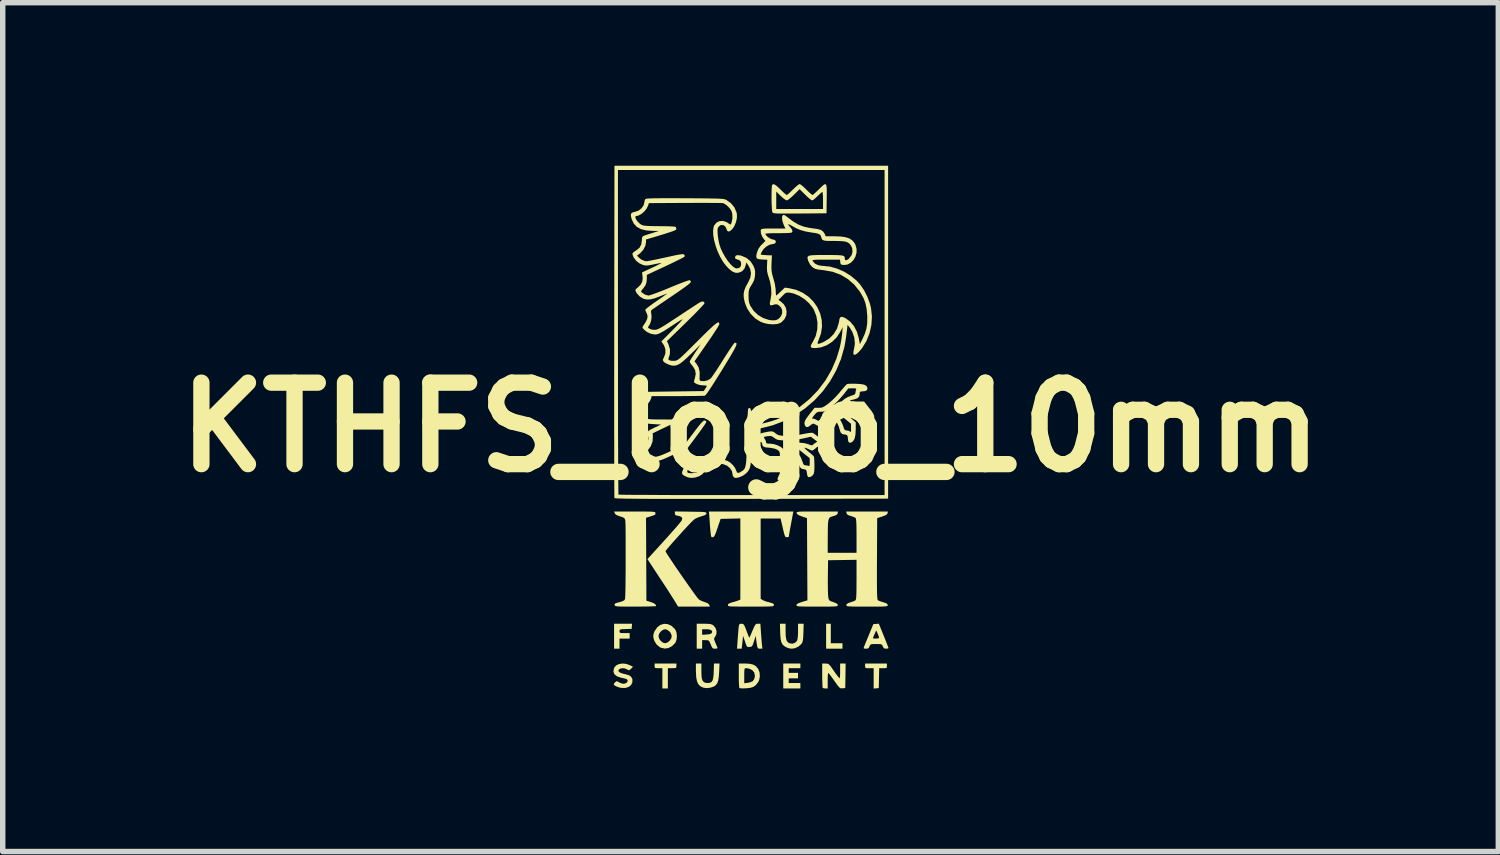
<source format=kicad_pcb>
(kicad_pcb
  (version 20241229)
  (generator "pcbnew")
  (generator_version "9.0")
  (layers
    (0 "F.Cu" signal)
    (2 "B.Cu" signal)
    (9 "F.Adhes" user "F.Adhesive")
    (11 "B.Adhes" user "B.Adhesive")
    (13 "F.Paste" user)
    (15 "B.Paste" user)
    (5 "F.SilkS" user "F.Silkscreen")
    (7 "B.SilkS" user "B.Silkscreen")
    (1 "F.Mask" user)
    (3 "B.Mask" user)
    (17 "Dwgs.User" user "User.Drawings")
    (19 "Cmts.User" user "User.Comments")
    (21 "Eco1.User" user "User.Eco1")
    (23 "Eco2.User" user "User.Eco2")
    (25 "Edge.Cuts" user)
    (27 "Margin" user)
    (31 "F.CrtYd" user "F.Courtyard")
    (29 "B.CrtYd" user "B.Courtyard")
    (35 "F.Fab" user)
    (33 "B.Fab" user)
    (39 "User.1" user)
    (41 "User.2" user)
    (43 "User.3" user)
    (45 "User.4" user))
  (footprint "KTHFS_logo_10mm"
    (layer "F.Cu")
    (at 10.764 4.815)
    (property "Reference" "KTHFS_logo_10mm" (at 0 0 0) (layer "F.SilkS") (effects (font (size 1.5 1.5) (thickness 0.3))))
    (attr board_only exclude_from_pos_files exclude_from_bom)
    (fp_poly (pts (xy 1.478 3.796) (xy 1.478 3.975) (xy 1.586 3.975) (xy 1.693 3.975) (xy 1.693 4.025) (xy 1.693 4.075) (xy 1.543 4.075) (xy 1.392 4.075) (xy 1.392 3.846) (xy 1.392 3.616) (xy 1.435 3.616) (xy 1.478 3.616)) (stroke (width 0) (type solid)) (fill yes) (layer "F.SilkS"))
    (fp_poly (pts (xy -1.363 4.391) (xy -1.365 4.416) (xy -1.373 4.429) (xy -1.396 4.433) (xy -1.441 4.434) (xy -1.442 4.434) (xy -1.521 4.434) (xy -1.521 4.621) (xy -1.521 4.807) (xy -1.571 4.807) (xy -1.622 4.807) (xy -1.622 4.621) (xy -1.622 4.434) (xy -1.693 4.434) (xy -1.736 4.433) (xy -1.757 4.428) (xy -1.764 4.412) (xy -1.765 4.391) (xy -1.765 4.348) (xy -1.564 4.348) (xy -1.363 4.348)) (stroke (width 0) (type solid)) (fill yes) (layer "F.SilkS"))
    (fp_poly (pts (xy 2.511 4.391) (xy 2.51 4.417) (xy 2.5 4.429) (xy 2.475 4.434) (xy 2.44 4.434) (xy 2.369 4.434) (xy 2.365 4.617) (xy 2.361 4.8) (xy 2.314 4.805) (xy 2.267 4.809) (xy 2.267 4.622) (xy 2.267 4.434) (xy 2.188 4.434) (xy 2.143 4.434) (xy 2.12 4.429) (xy 2.111 4.416) (xy 2.109 4.392) (xy 2.109 4.391) (xy 2.109 4.348) (xy 2.31 4.348) (xy 2.511 4.348)) (stroke (width 0) (type solid)) (fill yes) (layer "F.SilkS"))
    (fp_poly (pts (xy 0.918 4.391) (xy 0.918 4.434) (xy 0.811 4.434) (xy 0.703 4.434) (xy 0.703 4.477) (xy 0.703 4.52) (xy 0.789 4.52) (xy 0.875 4.52) (xy 0.875 4.571) (xy 0.875 4.621) (xy 0.789 4.621) (xy 0.703 4.621) (xy 0.703 4.664) (xy 0.703 4.707) (xy 0.811 4.707) (xy 0.918 4.707) (xy 0.918 4.757) (xy 0.918 4.807) (xy 0.761 4.807) (xy 0.603 4.807) (xy 0.603 4.578) (xy 0.603 4.348) (xy 0.761 4.348) (xy 0.918 4.348)) (stroke (width 0) (type solid)) (fill yes) (layer "F.SilkS"))
    (fp_poly (pts (xy -2.184 3.663) (xy -2.188 3.71) (xy -2.3 3.714) (xy -2.356 3.716) (xy -2.389 3.72) (xy -2.405 3.728) (xy -2.41 3.741) (xy -2.411 3.753) (xy -2.409 3.772) (xy -2.4 3.783) (xy -2.376 3.787) (xy -2.332 3.788) (xy -2.318 3.788) (xy -2.224 3.788) (xy -2.224 3.839) (xy -2.224 3.889) (xy -2.318 3.889) (xy -2.411 3.889) (xy -2.411 3.982) (xy -2.411 4.075) (xy -2.461 4.075) (xy -2.511 4.075) (xy -2.511 3.846) (xy -2.511 3.616) (xy -2.345 3.616) (xy -2.179 3.616)) (stroke (width 0) (type solid)) (fill yes) (layer "F.SilkS"))
    (fp_poly (pts (xy -0.904 4.485) (xy -0.902 4.571) (xy -0.894 4.632) (xy -0.877 4.672) (xy -0.851 4.695) (xy -0.813 4.705) (xy -0.788 4.707) (xy -0.746 4.703) (xy -0.717 4.687) (xy -0.697 4.657) (xy -0.685 4.607) (xy -0.678 4.535) (xy -0.677 4.497) (xy -0.672 4.348) (xy -0.621 4.348) (xy -0.57 4.348) (xy -0.577 4.502) (xy -0.584 4.596) (xy -0.595 4.665) (xy -0.614 4.715) (xy -0.642 4.749) (xy -0.673 4.771) (xy -0.735 4.792) (xy -0.803 4.801) (xy -0.863 4.794) (xy -0.866 4.793) (xy -0.92 4.769) (xy -0.958 4.732) (xy -0.984 4.678) (xy -0.999 4.604) (xy -1.004 4.507) (xy -1.005 4.492) (xy -1.005 4.348) (xy -0.954 4.348) (xy -0.904 4.348)) (stroke (width 0) (type solid)) (fill yes) (layer "F.SilkS"))
    (fp_poly (pts (xy 0.646 3.752) (xy 0.648 3.835) (xy 0.656 3.895) (xy 0.67 3.935) (xy 0.694 3.962) (xy 0.719 3.976) (xy 0.771 3.983) (xy 0.819 3.968) (xy 0.855 3.932) (xy 0.859 3.923) (xy 0.866 3.893) (xy 0.872 3.843) (xy 0.875 3.782) (xy 0.875 3.752) (xy 0.875 3.616) (xy 0.927 3.616) (xy 0.979 3.616) (xy 0.974 3.78) (xy 0.971 3.855) (xy 0.966 3.907) (xy 0.959 3.944) (xy 0.949 3.969) (xy 0.939 3.985) (xy 0.888 4.033) (xy 0.823 4.065) (xy 0.761 4.075) (xy 0.712 4.069) (xy 0.664 4.052) (xy 0.661 4.05) (xy 0.618 4.025) (xy 0.588 3.995) (xy 0.568 3.956) (xy 0.556 3.902) (xy 0.549 3.827) (xy 0.547 3.78) (xy 0.542 3.616) (xy 0.594 3.616) (xy 0.646 3.616)) (stroke (width 0) (type solid)) (fill yes) (layer "F.SilkS"))
    (fp_poly (pts (xy -1.523 3.623) (xy -1.456 3.653) (xy -1.396 3.709) (xy -1.386 3.721) (xy -1.364 3.771) (xy -1.355 3.834) (xy -1.359 3.899) (xy -1.377 3.955) (xy -1.386 3.97) (xy -1.444 4.028) (xy -1.51 4.063) (xy -1.58 4.073) (xy -1.649 4.057) (xy -1.665 4.05) (xy -1.726 4.001) (xy -1.769 3.933) (xy -1.787 3.874) (xy -1.788 3.846) (xy -1.693 3.846) (xy -1.681 3.891) (xy -1.651 3.934) (xy -1.61 3.965) (xy -1.571 3.975) (xy -1.532 3.963) (xy -1.491 3.933) (xy -1.456 3.883) (xy -1.45 3.832) (xy -1.472 3.781) (xy -1.491 3.759) (xy -1.533 3.728) (xy -1.571 3.717) (xy -1.614 3.729) (xy -1.655 3.762) (xy -1.684 3.805) (xy -1.693 3.846) (xy -1.788 3.846) (xy -1.789 3.828) (xy -1.778 3.783) (xy -1.763 3.749) (xy -1.716 3.681) (xy -1.657 3.637) (xy -1.592 3.617)) (stroke (width 0) (type solid)) (fill yes) (layer "F.SilkS"))
    (fp_poly (pts (xy -0.097 4.348) (xy -0.012 4.353) (xy 0.052 4.369) (xy 0.1 4.398) (xy 0.139 4.444) (xy 0.144 4.452) (xy 0.167 4.514) (xy 0.172 4.586) (xy 0.159 4.654) (xy 0.14 4.693) (xy 0.1 4.743) (xy 0.058 4.775) (xy 0.004 4.794) (xy -0.068 4.803) (xy -0.082 4.804) (xy -0.136 4.806) (xy -0.179 4.804) (xy -0.203 4.8) (xy -0.204 4.799) (xy -0.208 4.782) (xy -0.211 4.741) (xy -0.213 4.711) (xy -0.115 4.711) (xy -0.05 4.703) (xy -0.003 4.693) (xy 0.035 4.677) (xy 0.043 4.671) (xy 0.072 4.627) (xy 0.081 4.572) (xy 0.07 4.517) (xy 0.066 4.509) (xy 0.031 4.469) (xy -0.023 4.443) (xy -0.081 4.434) (xy -0.097 4.435) (xy -0.106 4.443) (xy -0.112 4.461) (xy -0.114 4.496) (xy -0.115 4.553) (xy -0.115 4.572) (xy -0.115 4.711) (xy -0.213 4.711) (xy -0.214 4.682) (xy -0.215 4.609) (xy -0.215 4.568) (xy -0.215 4.348)) (stroke (width 0) (type solid)) (fill yes) (layer "F.SilkS"))
    (fp_poly (pts (xy 1.748 4.574) (xy 1.744 4.8) (xy 1.693 4.804) (xy 1.671 4.805) (xy 1.653 4.801) (xy 1.634 4.787) (xy 1.611 4.761) (xy 1.58 4.719) (xy 1.542 4.665) (xy 1.503 4.61) (xy 1.469 4.564) (xy 1.444 4.533) (xy 1.432 4.521) (xy 1.431 4.521) (xy 1.427 4.534) (xy 1.423 4.57) (xy 1.421 4.622) (xy 1.421 4.664) (xy 1.421 4.807) (xy 1.38 4.807) (xy 1.347 4.804) (xy 1.33 4.798) (xy 1.326 4.781) (xy 1.324 4.74) (xy 1.322 4.682) (xy 1.32 4.61) (xy 1.32 4.568) (xy 1.32 4.348) (xy 1.381 4.349) (xy 1.408 4.35) (xy 1.429 4.355) (xy 1.448 4.368) (xy 1.471 4.393) (xy 1.501 4.435) (xy 1.535 4.485) (xy 1.573 4.539) (xy 1.606 4.582) (xy 1.629 4.611) (xy 1.64 4.621) (xy 1.644 4.607) (xy 1.648 4.572) (xy 1.65 4.52) (xy 1.65 4.484) (xy 1.65 4.348) (xy 1.701 4.348) (xy 1.751 4.348)) (stroke (width 0) (type solid)) (fill yes) (layer "F.SilkS"))
    (fp_poly (pts (xy -0.789 3.617) (xy -0.744 3.621) (xy -0.713 3.629) (xy -0.69 3.641) (xy -0.685 3.645) (xy -0.644 3.693) (xy -0.625 3.75) (xy -0.628 3.808) (xy -0.654 3.861) (xy -0.657 3.864) (xy -0.668 3.881) (xy -0.669 3.901) (xy -0.66 3.932) (xy -0.647 3.964) (xy -0.628 4.009) (xy -0.613 4.044) (xy -0.607 4.058) (xy -0.612 4.071) (xy -0.643 4.075) (xy -0.65 4.075) (xy -0.679 4.074) (xy -0.698 4.064) (xy -0.714 4.039) (xy -0.732 3.997) (xy -0.751 3.953) (xy -0.766 3.929) (xy -0.786 3.92) (xy -0.818 3.918) (xy -0.827 3.918) (xy -0.89 3.918) (xy -0.89 3.997) (xy -0.89 4.075) (xy -0.94 4.075) (xy -0.99 4.075) (xy -0.99 3.846) (xy -0.99 3.717) (xy -0.89 3.717) (xy -0.89 3.768) (xy -0.89 3.819) (xy -0.809 3.814) (xy -0.752 3.808) (xy -0.72 3.794) (xy -0.713 3.786) (xy -0.705 3.756) (xy -0.724 3.733) (xy -0.766 3.72) (xy -0.813 3.717) (xy -0.89 3.717) (xy -0.99 3.717) (xy -0.99 3.616) (xy -0.856 3.616)) (stroke (width 0) (type solid)) (fill yes) (layer "F.SilkS"))
    (fp_poly (pts (xy 2.451 3.834) (xy 2.481 3.908) (xy 2.506 3.973) (xy 2.526 4.024) (xy 2.538 4.056) (xy 2.54 4.065) (xy 2.528 4.072) (xy 2.497 4.075) (xy 2.496 4.075) (xy 2.461 4.07) (xy 2.441 4.047) (xy 2.435 4.032) (xy 2.426 4.01) (xy 2.413 3.998) (xy 2.39 3.991) (xy 2.35 3.99) (xy 2.313 3.989) (xy 2.259 3.99) (xy 2.226 3.993) (xy 2.208 4.001) (xy 2.197 4.017) (xy 2.191 4.032) (xy 2.174 4.063) (xy 2.148 4.075) (xy 2.128 4.075) (xy 2.096 4.073) (xy 2.082 4.066) (xy 2.082 4.065) (xy 2.087 4.048) (xy 2.102 4.01) (xy 2.124 3.955) (xy 2.152 3.888) (xy 2.154 3.883) (xy 2.253 3.883) (xy 2.266 3.887) (xy 2.298 3.889) (xy 2.31 3.889) (xy 2.351 3.885) (xy 2.367 3.873) (xy 2.367 3.871) (xy 2.36 3.848) (xy 2.346 3.81) (xy 2.34 3.796) (xy 2.314 3.738) (xy 2.283 3.808) (xy 2.266 3.848) (xy 2.255 3.875) (xy 2.253 3.883) (xy 2.154 3.883) (xy 2.172 3.839) (xy 2.261 3.623) (xy 2.311 3.619) (xy 2.362 3.615)) (stroke (width 0) (type solid)) (fill yes) (layer "F.SilkS"))
    (fp_poly (pts (xy -2.289 4.354) (xy -2.222 4.378) (xy -2.163 4.408) (xy -2.199 4.445) (xy -2.225 4.468) (xy -2.243 4.472) (xy -2.266 4.46) (xy -2.269 4.458) (xy -2.311 4.439) (xy -2.357 4.434) (xy -2.399 4.442) (xy -2.425 4.462) (xy -2.425 4.462) (xy -2.432 4.487) (xy -2.416 4.505) (xy -2.408 4.511) (xy -2.372 4.527) (xy -2.326 4.54) (xy -2.318 4.541) (xy -2.248 4.56) (xy -2.203 4.586) (xy -2.178 4.624) (xy -2.173 4.642) (xy -2.175 4.699) (xy -2.2 4.746) (xy -2.243 4.779) (xy -2.302 4.798) (xy -2.371 4.798) (xy -2.422 4.787) (xy -2.465 4.771) (xy -2.498 4.754) (xy -2.505 4.749) (xy -2.518 4.734) (xy -2.511 4.717) (xy -2.496 4.699) (xy -2.475 4.678) (xy -2.457 4.674) (xy -2.432 4.686) (xy -2.42 4.694) (xy -2.379 4.713) (xy -2.339 4.721) (xy -2.337 4.721) (xy -2.298 4.713) (xy -2.27 4.692) (xy -2.26 4.665) (xy -2.262 4.657) (xy -2.268 4.645) (xy -2.279 4.637) (xy -2.301 4.628) (xy -2.34 4.618) (xy -2.393 4.606) (xy -2.461 4.582) (xy -2.505 4.545) (xy -2.523 4.497) (xy -2.514 4.441) (xy -2.509 4.427) (xy -2.475 4.385) (xy -2.423 4.359) (xy -2.359 4.348)) (stroke (width 0) (type solid)) (fill yes) (layer "F.SilkS"))
    (fp_poly (pts (xy 0.192 3.763) (xy 0.197 3.837) (xy 0.203 3.91) (xy 0.208 3.971) (xy 0.21 3.993) (xy 0.219 4.075) (xy 0.175 4.075) (xy 0.154 4.074) (xy 0.139 4.068) (xy 0.129 4.052) (xy 0.121 4.02) (xy 0.113 3.968) (xy 0.106 3.918) (xy 0.096 3.839) (xy 0.064 3.939) (xy 0.047 3.991) (xy 0.033 4.021) (xy 0.018 4.036) (xy -0.003 4.042) (xy -0.017 4.044) (xy -0.042 4.045) (xy -0.059 4.04) (xy -0.072 4.022) (xy -0.086 3.987) (xy -0.101 3.943) (xy -0.136 3.839) (xy -0.149 3.957) (xy -0.162 4.075) (xy -0.205 4.075) (xy -0.248 4.075) (xy -0.238 3.936) (xy -0.233 3.862) (xy -0.227 3.787) (xy -0.222 3.724) (xy -0.22 3.706) (xy -0.215 3.657) (xy -0.208 3.63) (xy -0.196 3.619) (xy -0.175 3.616) (xy -0.167 3.616) (xy -0.145 3.618) (xy -0.13 3.625) (xy -0.116 3.644) (xy -0.099 3.679) (xy -0.078 3.734) (xy -0.074 3.746) (xy -0.053 3.801) (xy -0.035 3.844) (xy -0.024 3.87) (xy -0.022 3.875) (xy -0.015 3.862) (xy -0.000065 3.829) (xy 0.021 3.781) (xy 0.036 3.745) (xy 0.061 3.686) (xy 0.08 3.648) (xy 0.095 3.628) (xy 0.111 3.618) (xy 0.131 3.616) (xy 0.136 3.616) (xy 0.182 3.616)) (stroke (width 0) (type solid)) (fill yes) (layer "F.SilkS"))
    (fp_poly (pts (xy -2.015 1.55) (xy -1.925 1.551) (xy -1.857 1.552) (xy -1.809 1.554) (xy -1.778 1.557) (xy -1.76 1.562) (xy -1.752 1.567) (xy -1.751 1.571) (xy -1.75 1.597) (xy -1.75 1.603) (xy -1.762 1.611) (xy -1.795 1.625) (xy -1.836 1.639) (xy -1.923 1.666) (xy -1.919 2.429) (xy -1.916 3.192) (xy -1.839 3.215) (xy -1.778 3.239) (xy -1.744 3.266) (xy -1.737 3.29) (xy -1.75 3.293) (xy -1.789 3.295) (xy -1.849 3.297) (xy -1.926 3.299) (xy -2.017 3.3) (xy -2.115 3.301) (xy -2.229 3.3) (xy -2.318 3.3) (xy -2.384 3.299) (xy -2.432 3.297) (xy -2.464 3.295) (xy -2.483 3.29) (xy -2.494 3.285) (xy -2.499 3.277) (xy -2.501 3.272) (xy -2.501 3.253) (xy -2.484 3.239) (xy -2.449 3.228) (xy -2.387 3.212) (xy -2.348 3.198) (xy -2.325 3.185) (xy -2.313 3.169) (xy -2.309 3.156) (xy -2.307 3.134) (xy -2.305 3.087) (xy -2.303 3.019) (xy -2.301 2.931) (xy -2.3 2.83) (xy -2.299 2.716) (xy -2.298 2.595) (xy -2.298 2.469) (xy -2.298 2.343) (xy -2.298 2.218) (xy -2.298 2.1) (xy -2.298 1.991) (xy -2.299 1.895) (xy -2.3 1.815) (xy -2.302 1.755) (xy -2.304 1.719) (xy -2.305 1.71) (xy -2.313 1.685) (xy -2.329 1.668) (xy -2.36 1.653) (xy -2.4 1.64) (xy -2.455 1.621) (xy -2.487 1.6) (xy -2.498 1.582) (xy -2.51 1.55) (xy -2.131 1.55)) (stroke (width 0) (type solid)) (fill yes) (layer "F.SilkS"))
    (fp_poly (pts (xy -1.101 1.553) (xy -1.003 1.555) (xy -0.93 1.556) (xy -0.878 1.558) (xy -0.844 1.562) (xy -0.824 1.566) (xy -0.814 1.572) (xy -0.811 1.581) (xy -0.811 1.584) (xy -0.817 1.602) (xy -0.84 1.617) (xy -0.885 1.633) (xy -0.9 1.637) (xy -0.955 1.655) (xy -1.005 1.677) (xy -1.033 1.693) (xy -1.054 1.712) (xy -1.09 1.747) (xy -1.137 1.796) (xy -1.192 1.855) (xy -1.253 1.921) (xy -1.315 1.99) (xy -1.377 2.059) (xy -1.435 2.124) (xy -1.485 2.182) (xy -1.526 2.23) (xy -1.553 2.263) (xy -1.564 2.28) (xy -1.564 2.281) (xy -1.556 2.298) (xy -1.534 2.335) (xy -1.499 2.389) (xy -1.454 2.456) (xy -1.402 2.534) (xy -1.344 2.619) (xy -1.283 2.708) (xy -1.221 2.797) (xy -1.16 2.884) (xy -1.103 2.965) (xy -1.051 3.037) (xy -1.008 3.097) (xy -0.974 3.141) (xy -0.953 3.166) (xy -0.949 3.17) (xy -0.912 3.191) (xy -0.862 3.211) (xy -0.84 3.218) (xy -0.787 3.239) (xy -0.76 3.266) (xy -0.759 3.269) (xy -0.747 3.301) (xy -1.04 3.301) (xy -1.332 3.301) (xy -1.387 3.211) (xy -1.409 3.175) (xy -1.444 3.12) (xy -1.49 3.048) (xy -1.543 2.965) (xy -1.602 2.875) (xy -1.664 2.781) (xy -1.669 2.774) (xy -1.897 2.426) (xy -1.593 2.092) (xy -1.517 2.008) (xy -1.447 1.929) (xy -1.385 1.859) (xy -1.333 1.799) (xy -1.295 1.753) (xy -1.272 1.724) (xy -1.268 1.717) (xy -1.256 1.68) (xy -1.268 1.653) (xy -1.305 1.635) (xy -1.335 1.629) (xy -1.373 1.62) (xy -1.389 1.605) (xy -1.392 1.584) (xy -1.392 1.549)) (stroke (width 0) (type solid)) (fill yes) (layer "F.SilkS"))
    (fp_poly (pts (xy 2.533 -1.751) (xy 2.533 1.313) (xy 0.018 1.317) (xy -0.309 1.317) (xy -0.607 1.317) (xy -0.88 1.318) (xy -1.126 1.318) (xy -1.348 1.318) (xy -1.547 1.317) (xy -1.724 1.317) (xy -1.879 1.317) (xy -2.015 1.316) (xy -2.131 1.315) (xy -2.229 1.314) (xy -2.311 1.313) (xy -2.376 1.311) (xy -2.427 1.31) (xy -2.464 1.308) (xy -2.489 1.306) (xy -2.502 1.304) (xy -2.505 1.302) (xy -2.505 1.286) (xy -2.506 1.243) (xy -2.506 1.174) (xy -2.507 1.08) (xy -2.507 0.962) (xy -2.508 0.823) (xy -2.508 0.663) (xy -2.508 0.483) (xy -2.508 0.286) (xy -2.509 0.071) (xy -2.509 -0.159) (xy -2.509 -0.403) (xy -2.509 -0.659) (xy -2.509 -0.927) (xy -2.508 -1.206) (xy -2.508 -1.493) (xy -2.508 -1.765) (xy -2.504 -4.736) (xy -2.44 -4.736) (xy -2.44 -1.753) (xy -2.44 -1.463) (xy -2.439 -1.18) (xy -2.439 -0.906) (xy -2.439 -0.642) (xy -2.438 -0.39) (xy -2.438 -0.151) (xy -2.438 0.074) (xy -2.437 0.283) (xy -2.436 0.475) (xy -2.436 0.648) (xy -2.435 0.802) (xy -2.434 0.935) (xy -2.433 1.046) (xy -2.432 1.133) (xy -2.432 1.195) (xy -2.431 1.23) (xy -2.43 1.239) (xy -2.415 1.24) (xy -2.372 1.241) (xy -2.304 1.242) (xy -2.212 1.243) (xy -2.097 1.244) (xy -1.96 1.244) (xy -1.804 1.245) (xy -1.63 1.246) (xy -1.438 1.247) (xy -1.231 1.247) (xy -1.01 1.248) (xy -0.777 1.248) (xy -0.533 1.248) (xy -0.279 1.248) (xy -0.018 1.248) (xy 0.024 1.248) (xy 2.468 1.248) (xy 2.468 -1.744) (xy 2.468 -4.736) (xy 0.014 -4.736) (xy -2.44 -4.736) (xy -2.504 -4.736) (xy -2.504 -4.815) (xy 0.014 -4.815) (xy 2.533 -4.815)) (stroke (width 0) (type solid)) (fill yes) (layer "F.SilkS"))
    (fp_poly (pts (xy 0.783 1.582) (xy 0.778 1.606) (xy 0.77 1.649) (xy 0.759 1.708) (xy 0.747 1.774) (xy 0.734 1.842) (xy 0.722 1.907) (xy 0.713 1.962) (xy 0.706 2.001) (xy 0.703 2.018) (xy 0.703 2.019) (xy 0.691 2.022) (xy 0.668 2.023) (xy 0.653 2.022) (xy 0.641 2.014) (xy 0.631 1.994) (xy 0.62 1.96) (xy 0.606 1.904) (xy 0.594 1.851) (xy 0.554 1.679) (xy 0.37 1.679) (xy 0.187 1.679) (xy 0.187 2.418) (xy 0.187 3.156) (xy 0.219 3.177) (xy 0.253 3.194) (xy 0.299 3.21) (xy 0.316 3.214) (xy 0.372 3.229) (xy 0.406 3.24) (xy 0.423 3.249) (xy 0.43 3.261) (xy 0.431 3.273) (xy 0.429 3.281) (xy 0.424 3.287) (xy 0.412 3.292) (xy 0.39 3.295) (xy 0.354 3.298) (xy 0.302 3.299) (xy 0.231 3.3) (xy 0.137 3.3) (xy 0.018 3.301) (xy 0.007 3.301) (xy -0.114 3.301) (xy -0.21 3.3) (xy -0.283 3.299) (xy -0.336 3.298) (xy -0.373 3.296) (xy -0.396 3.292) (xy -0.409 3.288) (xy -0.415 3.281) (xy -0.416 3.274) (xy -0.416 3.272) (xy -0.41 3.254) (xy -0.387 3.239) (xy -0.343 3.224) (xy -0.334 3.221) (xy -0.283 3.207) (xy -0.239 3.193) (xy -0.219 3.185) (xy -0.187 3.172) (xy -0.187 2.425) (xy -0.187 1.678) (xy -0.368 1.682) (xy -0.55 1.686) (xy -0.602 1.837) (xy -0.627 1.912) (xy -0.646 1.963) (xy -0.661 1.996) (xy -0.674 2.014) (xy -0.687 2.022) (xy -0.702 2.023) (xy -0.711 2.023) (xy -0.717 2.02) (xy -0.723 2.01) (xy -0.728 1.991) (xy -0.732 1.959) (xy -0.737 1.911) (xy -0.743 1.842) (xy -0.75 1.751) (xy -0.755 1.675) (xy -0.765 1.55) (xy 0.013 1.55) (xy 0.79 1.55)) (stroke (width 0) (type solid)) (fill yes) (layer "F.SilkS"))
    (fp_poly (pts (xy 0.923 -4.468) (xy 0.957 -4.442) (xy 0.999 -4.404) (xy 1.026 -4.377) (xy 1.07 -4.334) (xy 1.107 -4.3) (xy 1.133 -4.28) (xy 1.141 -4.276) (xy 1.157 -4.286) (xy 1.188 -4.312) (xy 1.228 -4.35) (xy 1.256 -4.377) (xy 1.305 -4.426) (xy 1.342 -4.459) (xy 1.369 -4.475) (xy 1.387 -4.472) (xy 1.398 -4.448) (xy 1.403 -4.401) (xy 1.404 -4.33) (xy 1.403 -4.231) (xy 1.403 -4.208) (xy 1.399 -3.939) (xy 0.908 -3.935) (xy 0.777 -3.934) (xy 0.671 -3.934) (xy 0.588 -3.934) (xy 0.525 -3.935) (xy 0.478 -3.936) (xy 0.447 -3.939) (xy 0.426 -3.942) (xy 0.413 -3.947) (xy 0.406 -3.954) (xy 0.402 -3.96) (xy 0.398 -3.983) (xy 0.394 -4.018) (xy 0.474 -4.018) (xy 0.904 -4.018) (xy 1.335 -4.018) (xy 1.335 -4.176) (xy 1.334 -4.239) (xy 1.331 -4.291) (xy 1.327 -4.324) (xy 1.323 -4.334) (xy 1.309 -4.324) (xy 1.28 -4.299) (xy 1.242 -4.263) (xy 1.234 -4.255) (xy 1.194 -4.217) (xy 1.16 -4.189) (xy 1.137 -4.176) (xy 1.135 -4.176) (xy 1.116 -4.186) (xy 1.082 -4.211) (xy 1.04 -4.249) (xy 1.008 -4.28) (xy 0.904 -4.383) (xy 0.8 -4.28) (xy 0.753 -4.236) (xy 0.711 -4.201) (xy 0.679 -4.18) (xy 0.667 -4.176) (xy 0.645 -4.186) (xy 0.609 -4.211) (xy 0.567 -4.248) (xy 0.556 -4.258) (xy 0.474 -4.34) (xy 0.474 -4.179) (xy 0.474 -4.018) (xy 0.394 -4.018) (xy 0.394 -4.028) (xy 0.39 -4.09) (xy 0.388 -4.162) (xy 0.387 -4.237) (xy 0.388 -4.311) (xy 0.389 -4.375) (xy 0.392 -4.425) (xy 0.396 -4.453) (xy 0.396 -4.455) (xy 0.411 -4.473) (xy 0.434 -4.473) (xy 0.469 -4.453) (xy 0.518 -4.411) (xy 0.552 -4.377) (xy 0.596 -4.334) (xy 0.634 -4.3) (xy 0.659 -4.28) (xy 0.667 -4.276) (xy 0.683 -4.286) (xy 0.714 -4.312) (xy 0.754 -4.35) (xy 0.782 -4.377) (xy 0.827 -4.42) (xy 0.866 -4.454) (xy 0.895 -4.474) (xy 0.904 -4.477)) (stroke (width 0) (type solid)) (fill yes) (layer "F.SilkS"))
    (fp_poly (pts (xy 1.605 1.582) (xy 1.595 1.603) (xy 1.57 1.619) (xy 1.523 1.635) (xy 1.521 1.636) (xy 1.492 1.645) (xy 1.469 1.654) (xy 1.452 1.668) (xy 1.44 1.69) (xy 1.432 1.723) (xy 1.427 1.771) (xy 1.424 1.837) (xy 1.423 1.926) (xy 1.422 2.027) (xy 1.421 2.31) (xy 1.686 2.31) (xy 1.952 2.31) (xy 1.952 1.996) (xy 1.951 1.885) (xy 1.95 1.8) (xy 1.947 1.738) (xy 1.943 1.697) (xy 1.938 1.674) (xy 1.934 1.668) (xy 1.91 1.655) (xy 1.87 1.64) (xy 1.844 1.632) (xy 1.798 1.616) (xy 1.774 1.597) (xy 1.768 1.581) (xy 1.763 1.55) (xy 2.145 1.55) (xy 2.528 1.55) (xy 2.523 1.581) (xy 2.514 1.6) (xy 2.49 1.617) (xy 2.444 1.635) (xy 2.425 1.642) (xy 2.332 1.672) (xy 2.328 2.42) (xy 2.327 2.593) (xy 2.327 2.739) (xy 2.327 2.861) (xy 2.328 2.96) (xy 2.329 3.038) (xy 2.331 3.097) (xy 2.334 3.139) (xy 2.337 3.166) (xy 2.341 3.18) (xy 2.343 3.182) (xy 2.366 3.194) (xy 2.406 3.209) (xy 2.443 3.22) (xy 2.492 3.236) (xy 2.517 3.252) (xy 2.526 3.269) (xy 2.526 3.272) (xy 2.525 3.281) (xy 2.52 3.287) (xy 2.507 3.292) (xy 2.484 3.296) (xy 2.447 3.298) (xy 2.394 3.3) (xy 2.32 3.3) (xy 2.222 3.301) (xy 2.145 3.301) (xy 2.031 3.3) (xy 1.942 3.3) (xy 1.876 3.299) (xy 1.829 3.297) (xy 1.797 3.295) (xy 1.778 3.291) (xy 1.769 3.285) (xy 1.765 3.278) (xy 1.765 3.272) (xy 1.772 3.253) (xy 1.798 3.236) (xy 1.839 3.222) (xy 1.884 3.207) (xy 1.92 3.192) (xy 1.932 3.184) (xy 1.938 3.174) (xy 1.943 3.152) (xy 1.947 3.115) (xy 1.949 3.061) (xy 1.951 2.986) (xy 1.951 2.888) (xy 1.952 2.803) (xy 1.952 2.439) (xy 1.69 2.443) (xy 1.428 2.447) (xy 1.424 2.752) (xy 1.423 2.847) (xy 1.424 2.937) (xy 1.425 3.016) (xy 1.427 3.078) (xy 1.431 3.118) (xy 1.431 3.124) (xy 1.439 3.161) (xy 1.45 3.184) (xy 1.473 3.199) (xy 1.514 3.214) (xy 1.525 3.218) (xy 1.574 3.237) (xy 1.6 3.254) (xy 1.607 3.273) (xy 1.606 3.281) (xy 1.6 3.288) (xy 1.587 3.293) (xy 1.563 3.296) (xy 1.525 3.298) (xy 1.469 3.3) (xy 1.393 3.3) (xy 1.294 3.301) (xy 1.227 3.301) (xy 1.113 3.3) (xy 1.024 3.3) (xy 0.957 3.299) (xy 0.91 3.297) (xy 0.878 3.295) (xy 0.86 3.291) (xy 0.85 3.285) (xy 0.847 3.278) (xy 0.847 3.273) (xy 0.853 3.257) (xy 0.875 3.241) (xy 0.918 3.225) (xy 0.947 3.215) (xy 1.048 3.185) (xy 1.044 2.428) (xy 1.04 1.672) (xy 0.947 1.641) (xy 0.893 1.62) (xy 0.863 1.602) (xy 0.85 1.583) (xy 0.849 1.58) (xy 0.849 1.571) (xy 0.852 1.564) (xy 0.862 1.559) (xy 0.882 1.555) (xy 0.915 1.552) (xy 0.965 1.551) (xy 1.034 1.55) (xy 1.126 1.55) (xy 1.227 1.55) (xy 1.609 1.55)) (stroke (width 0) (type solid)) (fill yes) (layer "F.SilkS"))
    (fp_poly (pts (xy 1.944 -0.801) (xy 2.029 -0.796) (xy 2.089 -0.785) (xy 2.127 -0.767) (xy 2.147 -0.741) (xy 2.153 -0.71) (xy 2.142 -0.682) (xy 2.107 -0.666) (xy 2.049 -0.66) (xy 2.022 -0.657) (xy 2.011 -0.641) (xy 2.009 -0.61) (xy 2 -0.567) (xy 1.971 -0.536) (xy 1.918 -0.516) (xy 1.891 -0.51) (xy 1.847 -0.5) (xy 1.83 -0.491) (xy 1.839 -0.483) (xy 1.872 -0.477) (xy 1.93 -0.474) (xy 1.956 -0.474) (xy 2.091 -0.474) (xy 2.179 -0.362) (xy 2.229 -0.298) (xy 2.26 -0.249) (xy 2.276 -0.211) (xy 2.278 -0.179) (xy 2.269 -0.15) (xy 2.246 -0.121) (xy 2.214 -0.119) (xy 2.173 -0.145) (xy 2.164 -0.154) (xy 2.136 -0.178) (xy 2.117 -0.184) (xy 2.093 -0.175) (xy 2.082 -0.168) (xy 2.042 -0.148) (xy 2.011 -0.147) (xy 1.977 -0.165) (xy 1.96 -0.177) (xy 1.895 -0.221) (xy 1.836 -0.247) (xy 1.787 -0.26) (xy 1.729 -0.27) (xy 1.774 -0.232) (xy 1.812 -0.199) (xy 1.857 -0.16) (xy 1.878 -0.142) (xy 1.937 -0.09) (xy 1.937 0.034) (xy 1.932 0.133) (xy 1.917 0.206) (xy 1.89 0.254) (xy 1.868 0.272) (xy 1.843 0.283) (xy 1.834 0.286) (xy 1.819 0.28) (xy 1.812 0.278) (xy 1.8 0.26) (xy 1.794 0.225) (xy 1.794 0.218) (xy 1.789 0.169) (xy 1.775 0.143) (xy 1.745 0.133) (xy 1.733 0.133) (xy 1.688 0.124) (xy 1.659 0.095) (xy 1.643 0.047) (xy 1.625 -0.017) (xy 1.596 -0.078) (xy 1.562 -0.125) (xy 1.555 -0.132) (xy 1.518 -0.147) (xy 1.465 -0.143) (xy 1.401 -0.121) (xy 1.331 -0.082) (xy 1.323 -0.076) (xy 1.246 -0.024) (xy 1.198 -0.05) (xy 1.166 -0.065) (xy 1.145 -0.066) (xy 1.121 -0.051) (xy 1.105 -0.038) (xy 1.062 -0.008) (xy 1.032 -0.003) (xy 1.01 -0.021) (xy 1.002 -0.035) (xy 0.993 -0.067) (xy 0.996 -0.101) (xy 1.014 -0.141) (xy 1.033 -0.17) (xy 1.136 -0.17) (xy 1.14 -0.16) (xy 1.159 -0.158) (xy 1.159 -0.158) (xy 1.19 -0.15) (xy 1.218 -0.135) (xy 1.243 -0.12) (xy 1.262 -0.124) (xy 1.283 -0.143) (xy 1.328 -0.173) (xy 1.39 -0.201) (xy 1.457 -0.221) (xy 1.516 -0.23) (xy 1.52 -0.23) (xy 1.556 -0.226) (xy 1.585 -0.213) (xy 1.616 -0.183) (xy 1.629 -0.169) (xy 1.669 -0.108) (xy 1.701 -0.038) (xy 1.705 -0.025) (xy 1.72 0.021) (xy 1.734 0.047) (xy 1.751 0.056) (xy 1.765 0.058) (xy 1.802 0.063) (xy 1.822 0.072) (xy 1.843 0.084) (xy 1.848 0.086) (xy 1.85 0.073) (xy 1.851 0.04) (xy 1.851 0.011) (xy 1.85 -0.065) (xy 1.713 -0.177) (xy 1.648 -0.232) (xy 1.605 -0.274) (xy 1.584 -0.303) (xy 1.586 -0.322) (xy 1.609 -0.334) (xy 1.652 -0.341) (xy 1.672 -0.342) (xy 1.784 -0.338) (xy 1.883 -0.314) (xy 1.965 -0.271) (xy 1.966 -0.271) (xy 2.005 -0.246) (xy 2.03 -0.238) (xy 2.045 -0.244) (xy 2.074 -0.26) (xy 2.102 -0.27) (xy 2.139 -0.28) (xy 2.093 -0.341) (xy 2.046 -0.402) (xy 1.857 -0.402) (xy 1.776 -0.402) (xy 1.72 -0.405) (xy 1.684 -0.409) (xy 1.665 -0.416) (xy 1.66 -0.422) (xy 1.663 -0.451) (xy 1.688 -0.486) (xy 1.731 -0.521) (xy 1.787 -0.554) (xy 1.85 -0.58) (xy 1.873 -0.587) (xy 1.911 -0.601) (xy 1.929 -0.619) (xy 1.931 -0.635) (xy 1.937 -0.673) (xy 1.944 -0.692) (xy 1.947 -0.707) (xy 1.936 -0.714) (xy 1.905 -0.717) (xy 1.878 -0.717) (xy 1.801 -0.716) (xy 1.701 -0.589) (xy 1.592 -0.468) (xy 1.483 -0.374) (xy 1.428 -0.334) (xy 1.389 -0.308) (xy 1.357 -0.294) (xy 1.327 -0.288) (xy 1.296 -0.287) (xy 1.251 -0.285) (xy 1.222 -0.274) (xy 1.195 -0.249) (xy 1.179 -0.23) (xy 1.149 -0.192) (xy 1.136 -0.17) (xy 1.033 -0.17) (xy 1.049 -0.193) (xy 1.092 -0.249) (xy 1.179 -0.359) (xy 1.254 -0.359) (xy 1.293 -0.36) (xy 1.325 -0.367) (xy 1.357 -0.383) (xy 1.4 -0.412) (xy 1.433 -0.436) (xy 1.498 -0.491) (xy 1.568 -0.56) (xy 1.636 -0.636) (xy 1.645 -0.648) (xy 1.69 -0.701) (xy 1.729 -0.747) (xy 1.759 -0.779) (xy 1.775 -0.794) (xy 1.797 -0.799) (xy 1.841 -0.802) (xy 1.9 -0.802)) (stroke (width 0) (type solid)) (fill yes) (layer "F.SilkS"))
    (fp_poly (pts (xy 0.417 0.081) (xy 0.44 0.095) (xy 0.461 0.111) (xy 0.488 0.131) (xy 0.517 0.144) (xy 0.556 0.152) (xy 0.614 0.158) (xy 0.635 0.16) (xy 0.697 0.163) (xy 0.752 0.161) (xy 0.81 0.155) (xy 0.88 0.142) (xy 0.939 0.13) (xy 1.01 0.116) (xy 1.072 0.106) (xy 1.118 0.101) (xy 1.143 0.102) (xy 1.143 0.102) (xy 1.174 0.12) (xy 1.217 0.152) (xy 1.265 0.192) (xy 1.312 0.235) (xy 1.35 0.274) (xy 1.375 0.304) (xy 1.379 0.312) (xy 1.387 0.354) (xy 1.382 0.391) (xy 1.365 0.413) (xy 1.354 0.416) (xy 1.327 0.409) (xy 1.291 0.391) (xy 1.282 0.386) (xy 1.234 0.356) (xy 1.19 0.393) (xy 1.16 0.417) (xy 1.139 0.427) (xy 1.116 0.423) (xy 1.079 0.407) (xy 1.069 0.402) (xy 1.021 0.381) (xy 0.997 0.375) (xy 0.997 0.385) (xy 1.021 0.41) (xy 1.064 0.446) (xy 1.108 0.482) (xy 1.143 0.513) (xy 1.164 0.533) (xy 1.166 0.536) (xy 1.17 0.557) (xy 1.174 0.599) (xy 1.176 0.656) (xy 1.177 0.698) (xy 1.176 0.766) (xy 1.173 0.813) (xy 1.167 0.845) (xy 1.156 0.868) (xy 1.147 0.881) (xy 1.114 0.909) (xy 1.083 0.918) (xy 1.062 0.915) (xy 1.05 0.9) (xy 1.042 0.866) (xy 1.039 0.847) (xy 1.032 0.805) (xy 1.022 0.784) (xy 1.003 0.775) (xy 0.978 0.772) (xy 0.936 0.76) (xy 0.906 0.729) (xy 0.887 0.674) (xy 0.884 0.66) (xy 0.873 0.63) (xy 0.854 0.592) (xy 0.831 0.554) (xy 0.808 0.521) (xy 0.789 0.5) (xy 0.779 0.498) (xy 0.779 0.499) (xy 0.779 0.521) (xy 0.784 0.562) (xy 0.795 0.614) (xy 0.796 0.617) (xy 0.806 0.669) (xy 0.81 0.707) (xy 0.804 0.74) (xy 0.786 0.775) (xy 0.754 0.819) (xy 0.714 0.868) (xy 0.655 0.931) (xy 0.601 0.972) (xy 0.555 0.99) (xy 0.518 0.983) (xy 0.504 0.971) (xy 0.498 0.95) (xy 0.507 0.917) (xy 0.517 0.896) (xy 0.538 0.852) (xy 0.543 0.824) (xy 0.534 0.805) (xy 0.517 0.793) (xy 0.494 0.765) (xy 0.491 0.724) (xy 0.507 0.664) (xy 0.517 0.64) (xy 0.541 0.553) (xy 0.542 0.506) (xy 0.537 0.463) (xy 0.524 0.436) (xy 0.496 0.415) (xy 0.49 0.411) (xy 0.441 0.392) (xy 0.373 0.379) (xy 0.343 0.376) (xy 0.283 0.37) (xy 0.246 0.36) (xy 0.225 0.341) (xy 0.215 0.312) (xy 0.213 0.301) (xy 0.207 0.28) (xy 0.192 0.269) (xy 0.159 0.265) (xy 0.139 0.265) (xy 0.086 0.259) (xy 0.057 0.242) (xy 0.051 0.211) (xy 0.053 0.2) (xy 0.064 0.179) (xy 0.247 0.179) (xy 0.25 0.193) (xy 0.264 0.218) (xy 0.281 0.251) (xy 0.287 0.276) (xy 0.292 0.291) (xy 0.31 0.299) (xy 0.349 0.301) (xy 0.363 0.301) (xy 0.427 0.309) (xy 0.493 0.33) (xy 0.553 0.359) (xy 0.598 0.394) (xy 0.614 0.416) (xy 0.625 0.459) (xy 0.626 0.519) (xy 0.618 0.585) (xy 0.601 0.648) (xy 0.59 0.675) (xy 0.573 0.711) (xy 0.57 0.73) (xy 0.579 0.741) (xy 0.589 0.747) (xy 0.614 0.771) (xy 0.626 0.799) (xy 0.635 0.836) (xy 0.683 0.78) (xy 0.711 0.745) (xy 0.728 0.718) (xy 0.731 0.709) (xy 0.729 0.689) (xy 0.721 0.648) (xy 0.709 0.591) (xy 0.696 0.532) (xy 0.683 0.467) (xy 0.673 0.412) (xy 0.668 0.373) (xy 0.668 0.357) (xy 0.691 0.345) (xy 0.73 0.356) (xy 0.783 0.391) (xy 0.792 0.398) (xy 0.87 0.47) (xy 0.923 0.547) (xy 0.955 0.626) (xy 0.97 0.67) (xy 0.985 0.693) (xy 1.005 0.699) (xy 1.009 0.699) (xy 1.047 0.704) (xy 1.066 0.71) (xy 1.08 0.713) (xy 1.087 0.702) (xy 1.09 0.671) (xy 1.09 0.644) (xy 1.089 0.567) (xy 0.946 0.454) (xy 0.876 0.397) (xy 0.83 0.354) (xy 0.807 0.322) (xy 0.808 0.302) (xy 0.832 0.29) (xy 0.878 0.284) (xy 0.92 0.284) (xy 0.994 0.292) (xy 1.062 0.311) (xy 1.068 0.314) (xy 1.113 0.33) (xy 1.139 0.331) (xy 1.142 0.328) (xy 1.16 0.311) (xy 1.19 0.29) (xy 1.191 0.289) (xy 1.23 0.265) (xy 1.171 0.219) (xy 1.111 0.174) (xy 0.947 0.21) (xy 0.854 0.228) (xy 0.775 0.238) (xy 0.698 0.242) (xy 0.637 0.241) (xy 0.57 0.239) (xy 0.524 0.234) (xy 0.491 0.227) (xy 0.465 0.214) (xy 0.439 0.196) (xy 0.401 0.17) (xy 0.368 0.16) (xy 0.325 0.163) (xy 0.319 0.163) (xy 0.279 0.17) (xy 0.252 0.176) (xy 0.247 0.179) (xy 0.064 0.179) (xy 0.069 0.169) (xy 0.101 0.143) (xy 0.152 0.122) (xy 0.228 0.102) (xy 0.238 0.099) (xy 0.309 0.084) (xy 0.358 0.076) (xy 0.392 0.075)) (stroke (width 0) (type solid)) (fill yes) (layer "F.SilkS"))
    (fp_poly (pts (xy -1.423 -4.217) (xy -1.256 -4.216) (xy -1.203 -4.216) (xy -1.042 -4.215) (xy -0.906 -4.214) (xy -0.794 -4.213) (xy -0.704 -4.211) (xy -0.631 -4.21) (xy -0.575 -4.208) (xy -0.533 -4.205) (xy -0.501 -4.202) (xy -0.479 -4.197) (xy -0.462 -4.193) (xy -0.448 -4.187) (xy -0.445 -4.185) (xy -0.36 -4.125) (xy -0.297 -4.049) (xy -0.258 -3.958) (xy -0.25 -3.921) (xy -0.25 -3.853) (xy -0.267 -3.777) (xy -0.297 -3.704) (xy -0.332 -3.652) (xy -0.373 -3.614) (xy -0.406 -3.603) (xy -0.429 -3.617) (xy -0.44 -3.646) (xy -0.46 -3.691) (xy -0.494 -3.719) (xy -0.535 -3.725) (xy -0.553 -3.719) (xy -0.585 -3.694) (xy -0.602 -3.669) (xy -0.607 -3.635) (xy -0.606 -3.581) (xy -0.6 -3.515) (xy -0.59 -3.446) (xy -0.576 -3.38) (xy -0.573 -3.368) (xy -0.547 -3.291) (xy -0.509 -3.211) (xy -0.465 -3.133) (xy -0.416 -3.061) (xy -0.366 -3) (xy -0.318 -2.954) (xy -0.275 -2.928) (xy -0.254 -2.924) (xy -0.207 -2.934) (xy -0.179 -2.965) (xy -0.172 -3.006) (xy -0.179 -3.048) (xy -0.202 -3.074) (xy -0.248 -3.091) (xy -0.248 -3.091) (xy -0.278 -3.104) (xy -0.285 -3.126) (xy -0.284 -3.132) (xy -0.271 -3.159) (xy -0.24 -3.169) (xy -0.188 -3.163) (xy -0.163 -3.156) (xy -0.073 -3.117) (xy -0.000431 -3.056) (xy 0.05 -2.979) (xy 0.073 -2.926) (xy 0.084 -2.882) (xy 0.085 -2.829) (xy 0.084 -2.807) (xy 0.077 -2.75) (xy 0.064 -2.703) (xy 0.039 -2.653) (xy 0.021 -2.624) (xy -0.008 -2.576) (xy -0.025 -2.539) (xy -0.033 -2.501) (xy -0.036 -2.452) (xy -0.036 -2.418) (xy -0.034 -2.349) (xy -0.026 -2.297) (xy -0.01 -2.252) (xy -0.003 -2.236) (xy 0.058 -2.144) (xy 0.139 -2.067) (xy 0.236 -2.01) (xy 0.341 -1.976) (xy 0.385 -1.97) (xy 0.437 -1.968) (xy 0.473 -1.974) (xy 0.507 -1.991) (xy 0.517 -1.997) (xy 0.56 -2.042) (xy 0.582 -2.096) (xy 0.583 -2.153) (xy 0.562 -2.205) (xy 0.52 -2.247) (xy 0.511 -2.252) (xy 0.479 -2.265) (xy 0.447 -2.262) (xy 0.421 -2.254) (xy 0.383 -2.244) (xy 0.361 -2.251) (xy 0.355 -2.277) (xy 0.363 -2.326) (xy 0.369 -2.351) (xy 0.384 -2.452) (xy 0.38 -2.565) (xy 0.359 -2.683) (xy 0.337 -2.755) (xy 0.316 -2.822) (xy 0.305 -2.878) (xy 0.303 -2.938) (xy 0.304 -2.974) (xy 0.309 -3.084) (xy 0.217 -3.088) (xy 0.156 -3.094) (xy 0.12 -3.107) (xy 0.106 -3.133) (xy 0.109 -3.176) (xy 0.111 -3.183) (xy 0.187 -3.183) (xy 0.2 -3.177) (xy 0.234 -3.172) (xy 0.284 -3.169) (xy 0.291 -3.168) (xy 0.395 -3.164) (xy 0.392 -3.114) (xy 0.387 -3.021) (xy 0.385 -2.949) (xy 0.387 -2.892) (xy 0.394 -2.843) (xy 0.405 -2.794) (xy 0.421 -2.741) (xy 0.448 -2.641) (xy 0.462 -2.548) (xy 0.464 -2.522) (xy 0.466 -2.474) (xy 0.469 -2.439) (xy 0.472 -2.425) (xy 0.472 -2.425) (xy 0.485 -2.434) (xy 0.512 -2.458) (xy 0.549 -2.493) (xy 0.555 -2.498) (xy 0.632 -2.571) (xy 0.706 -2.561) (xy 0.841 -2.53) (xy 0.962 -2.476) (xy 1.069 -2.403) (xy 1.158 -2.314) (xy 1.23 -2.211) (xy 1.281 -2.098) (xy 1.31 -1.978) (xy 1.316 -1.852) (xy 1.297 -1.725) (xy 1.257 -1.614) (xy 1.239 -1.57) (xy 1.235 -1.544) (xy 1.247 -1.535) (xy 1.279 -1.543) (xy 1.333 -1.565) (xy 1.356 -1.576) (xy 1.455 -1.638) (xy 1.535 -1.72) (xy 1.593 -1.818) (xy 1.626 -1.927) (xy 1.63 -1.949) (xy 1.641 -2.003) (xy 1.659 -2.03) (xy 1.689 -2.033) (xy 1.735 -2.015) (xy 1.747 -2.009) (xy 1.833 -1.947) (xy 1.904 -1.863) (xy 1.958 -1.76) (xy 1.993 -1.642) (xy 1.996 -1.628) (xy 2.013 -1.53) (xy 2.062 -1.626) (xy 2.105 -1.723) (xy 2.133 -1.814) (xy 2.148 -1.908) (xy 2.15 -2.015) (xy 2.149 -2.059) (xy 2.138 -2.178) (xy 2.117 -2.28) (xy 2.083 -2.373) (xy 2.031 -2.467) (xy 2.006 -2.506) (xy 1.907 -2.629) (xy 1.79 -2.73) (xy 1.657 -2.809) (xy 1.511 -2.863) (xy 1.352 -2.891) (xy 1.346 -2.892) (xy 1.286 -2.899) (xy 1.232 -2.907) (xy 1.195 -2.915) (xy 1.142 -2.945) (xy 1.096 -2.997) (xy 1.063 -3.062) (xy 1.06 -3.071) (xy 1.052 -3.102) (xy 1.049 -3.126) (xy 1.055 -3.143) (xy 1.073 -3.156) (xy 1.106 -3.164) (xy 1.157 -3.168) (xy 1.228 -3.171) (xy 1.324 -3.171) (xy 1.391 -3.171) (xy 1.499 -3.171) (xy 1.582 -3.17) (xy 1.643 -3.167) (xy 1.686 -3.162) (xy 1.713 -3.154) (xy 1.728 -3.143) (xy 1.735 -3.127) (xy 1.736 -3.106) (xy 1.736 -3.104) (xy 1.744 -3.077) (xy 1.766 -3.074) (xy 1.8 -3.095) (xy 1.813 -3.106) (xy 1.859 -3.165) (xy 1.878 -3.23) (xy 1.871 -3.298) (xy 1.852 -3.339) (xy 1.828 -3.372) (xy 1.801 -3.396) (xy 1.765 -3.413) (xy 1.715 -3.423) (xy 1.647 -3.428) (xy 1.556 -3.43) (xy 1.538 -3.43) (xy 1.454 -3.43) (xy 1.394 -3.432) (xy 1.354 -3.438) (xy 1.329 -3.448) (xy 1.314 -3.464) (xy 1.305 -3.487) (xy 1.301 -3.505) (xy 1.291 -3.531) (xy 1.273 -3.55) (xy 1.241 -3.564) (xy 1.191 -3.576) (xy 1.126 -3.585) (xy 1.016 -3.604) (xy 0.925 -3.629) (xy 0.844 -3.662) (xy 0.784 -3.695) (xy 0.741 -3.72) (xy 0.708 -3.736) (xy 0.693 -3.74) (xy 0.693 -3.74) (xy 0.698 -3.727) (xy 0.717 -3.7) (xy 0.731 -3.684) (xy 0.765 -3.638) (xy 0.773 -3.604) (xy 0.757 -3.584) (xy 0.752 -3.582) (xy 0.731 -3.579) (xy 0.686 -3.576) (xy 0.623 -3.574) (xy 0.548 -3.573) (xy 0.501 -3.573) (xy 0.424 -3.573) (xy 0.358 -3.571) (xy 0.308 -3.568) (xy 0.279 -3.565) (xy 0.273 -3.562) (xy 0.286 -3.535) (xy 0.317 -3.504) (xy 0.356 -3.477) (xy 0.395 -3.46) (xy 0.41 -3.458) (xy 0.444 -3.449) (xy 0.459 -3.437) (xy 0.468 -3.41) (xy 0.453 -3.387) (xy 0.42 -3.373) (xy 0.404 -3.372) (xy 0.351 -3.36) (xy 0.294 -3.329) (xy 0.245 -3.285) (xy 0.219 -3.25) (xy 0.2 -3.214) (xy 0.188 -3.188) (xy 0.187 -3.183) (xy 0.111 -3.183) (xy 0.121 -3.22) (xy 0.146 -3.286) (xy 0.185 -3.34) (xy 0.21 -3.366) (xy 0.275 -3.43) (xy 0.239 -3.473) (xy 0.21 -3.519) (xy 0.192 -3.572) (xy 0.188 -3.62) (xy 0.192 -3.638) (xy 0.199 -3.646) (xy 0.217 -3.652) (xy 0.25 -3.656) (xy 0.3 -3.658) (xy 0.374 -3.659) (xy 0.422 -3.659) (xy 0.643 -3.659) (xy 0.617 -3.713) (xy 0.593 -3.776) (xy 0.581 -3.833) (xy 0.582 -3.878) (xy 0.594 -3.902) (xy 0.61 -3.91) (xy 0.63 -3.904) (xy 0.661 -3.883) (xy 0.685 -3.864) (xy 0.787 -3.787) (xy 0.883 -3.731) (xy 0.982 -3.693) (xy 1.093 -3.669) (xy 1.155 -3.661) (xy 1.236 -3.649) (xy 1.293 -3.633) (xy 1.332 -3.608) (xy 1.359 -3.572) (xy 1.365 -3.56) (xy 1.385 -3.516) (xy 1.543 -3.516) (xy 1.658 -3.512) (xy 1.75 -3.499) (xy 1.82 -3.476) (xy 1.874 -3.441) (xy 1.914 -3.393) (xy 1.93 -3.364) (xy 1.952 -3.29) (xy 1.952 -3.214) (xy 1.932 -3.142) (xy 1.896 -3.079) (xy 1.846 -3.029) (xy 1.786 -2.996) (xy 1.717 -2.987) (xy 1.712 -2.988) (xy 1.676 -2.993) (xy 1.659 -3.006) (xy 1.653 -3.036) (xy 1.653 -3.039) (xy 1.648 -3.085) (xy 1.391 -3.085) (xy 1.299 -3.085) (xy 1.232 -3.085) (xy 1.187 -3.083) (xy 1.16 -3.08) (xy 1.146 -3.076) (xy 1.143 -3.069) (xy 1.147 -3.059) (xy 1.148 -3.056) (xy 1.187 -3.013) (xy 1.245 -2.984) (xy 1.319 -2.971) (xy 1.334 -2.971) (xy 1.462 -2.958) (xy 1.595 -2.921) (xy 1.726 -2.863) (xy 1.848 -2.787) (xy 1.956 -2.697) (xy 2.019 -2.627) (xy 2.091 -2.522) (xy 2.152 -2.401) (xy 2.199 -2.274) (xy 2.218 -2.196) (xy 2.235 -2.042) (xy 2.226 -1.886) (xy 2.192 -1.734) (xy 2.135 -1.59) (xy 2.055 -1.459) (xy 2.009 -1.403) (xy 1.962 -1.357) (xy 1.926 -1.335) (xy 1.902 -1.337) (xy 1.892 -1.363) (xy 1.898 -1.412) (xy 1.904 -1.434) (xy 1.921 -1.539) (xy 1.912 -1.647) (xy 1.877 -1.75) (xy 1.834 -1.824) (xy 1.787 -1.887) (xy 1.769 -1.736) (xy 1.759 -1.658) (xy 1.746 -1.577) (xy 1.733 -1.505) (xy 1.728 -1.478) (xy 1.665 -1.255) (xy 1.576 -1.044) (xy 1.464 -0.846) (xy 1.331 -0.663) (xy 1.178 -0.497) (xy 1.008 -0.35) (xy 0.821 -0.223) (xy 0.62 -0.117) (xy 0.407 -0.036) (xy 0.184 0.02) (xy 0.154 0.026) (xy 0.014 0.05) (xy 0.014 0.359) (xy 0.014 0.48) (xy 0.011 0.577) (xy 0.006 0.652) (xy -0.002 0.71) (xy -0.015 0.756) (xy -0.033 0.792) (xy -0.057 0.823) (xy -0.086 0.852) (xy -0.145 0.894) (xy -0.212 0.922) (xy -0.273 0.933) (xy -0.307 0.92) (xy -0.327 0.887) (xy -0.33 0.865) (xy -0.343 0.805) (xy -0.379 0.75) (xy -0.432 0.707) (xy -0.495 0.681) (xy -0.504 0.68) (xy -0.548 0.669) (xy -0.573 0.65) (xy -0.586 0.615) (xy -0.591 0.569) (xy -0.596 0.501) (xy -0.723 0.667) (xy -0.772 0.729) (xy -0.818 0.786) (xy -0.858 0.832) (xy -0.886 0.863) (xy -0.892 0.868) (xy -0.949 0.902) (xy -1.019 0.925) (xy -1.089 0.932) (xy -1.148 0.923) (xy -1.21 0.897) (xy -1.247 0.873) (xy -1.261 0.845) (xy -1.255 0.81) (xy -1.241 0.78) (xy -1.222 0.717) (xy -1.224 0.648) (xy -1.244 0.583) (xy -1.282 0.533) (xy -1.285 0.53) (xy -1.309 0.502) (xy -1.318 0.485) (xy -1.325 0.476) (xy -1.338 0.474) (xy -1.361 0.48) (xy -1.4 0.495) (xy -1.457 0.521) (xy -1.5 0.541) (xy -1.598 0.585) (xy -1.677 0.613) (xy -1.743 0.625) (xy -1.8 0.623) (xy -1.854 0.606) (xy -1.897 0.585) (xy -1.942 0.551) (xy -1.982 0.51) (xy -2.012 0.469) (xy -2.023 0.434) (xy -2.023 0.434) (xy -2.012 0.417) (xy -1.984 0.395) (xy -1.975 0.388) (xy -1.924 0.341) (xy -1.892 0.278) (xy -1.879 0.206) (xy -1.89 0.134) (xy -1.893 0.124) (xy -1.899 0.102) (xy -1.894 0.083) (xy -1.875 0.064) (xy -1.838 0.042) (xy -1.78 0.013) (xy -1.752 -0.000489) (xy -1.646 -0.05) (xy -1.79 -0.059) (xy -1.866 -0.065) (xy -1.922 -0.074) (xy -1.964 -0.087) (xy -1.996 -0.102) (xy -2.064 -0.153) (xy -2.113 -0.218) (xy -2.141 -0.29) (xy -2.144 -0.326) (xy -2.144 -0.367) (xy -2.137 -0.388) (xy -2.118 -0.398) (xy -2.095 -0.402) (xy -2.016 -0.428) (xy -1.955 -0.477) (xy -1.914 -0.546) (xy -1.901 -0.584) (xy -1.884 -0.653) (xy -1.372 -0.66) (xy -0.861 -0.667) (xy -0.832 -0.71) (xy -0.813 -0.741) (xy -0.804 -0.761) (xy -0.804 -0.762) (xy -0.817 -0.768) (xy -0.849 -0.771) (xy -0.873 -0.772) (xy -0.927 -0.777) (xy -0.979 -0.792) (xy -1.021 -0.813) (xy -1.039 -0.83) (xy -1.038 -0.849) (xy -1.03 -0.885) (xy -1.023 -0.905) (xy -1.008 -0.983) (xy -1.02 -1.054) (xy -1.06 -1.121) (xy -1.07 -1.133) (xy -1.098 -1.168) (xy -1.116 -1.196) (xy -1.119 -1.207) (xy -1.112 -1.225) (xy -1.091 -1.263) (xy -1.059 -1.313) (xy -1.021 -1.371) (xy -1.017 -1.377) (xy -0.914 -1.528) (xy -1.099 -1.347) (xy -1.176 -1.273) (xy -1.238 -1.218) (xy -1.288 -1.179) (xy -1.33 -1.154) (xy -1.369 -1.14) (xy -1.408 -1.134) (xy -1.422 -1.134) (xy -1.462 -1.14) (xy -1.511 -1.157) (xy -1.558 -1.179) (xy -1.592 -1.201) (xy -1.6 -1.21) (xy -1.612 -1.232) (xy -1.61 -1.255) (xy -1.593 -1.288) (xy -1.567 -1.358) (xy -1.566 -1.433) (xy -1.59 -1.504) (xy -1.603 -1.525) (xy -1.641 -1.58) (xy -1.434 -1.789) (xy -1.373 -1.851) (xy -1.322 -1.905) (xy -1.283 -1.948) (xy -1.258 -1.977) (xy -1.25 -1.99) (xy -1.251 -1.99) (xy -1.272 -1.979) (xy -1.311 -1.956) (xy -1.364 -1.922) (xy -1.425 -1.882) (xy -1.451 -1.865) (xy -1.539 -1.807) (xy -1.608 -1.764) (xy -1.662 -1.735) (xy -1.703 -1.717) (xy -1.737 -1.709) (xy -1.754 -1.708) (xy -1.831 -1.72) (xy -1.905 -1.754) (xy -1.949 -1.788) (xy -1.978 -1.819) (xy -1.989 -1.838) (xy -1.984 -1.855) (xy -1.974 -1.869) (xy -1.928 -1.939) (xy -1.902 -1.994) (xy -1.894 -2.041) (xy -1.904 -2.085) (xy -1.916 -2.109) (xy -1.931 -2.142) (xy -1.937 -2.163) (xy -1.926 -2.176) (xy -1.895 -2.203) (xy -1.847 -2.239) (xy -1.788 -2.282) (xy -1.736 -2.318) (xy -1.67 -2.364) (xy -1.613 -2.403) (xy -1.57 -2.435) (xy -1.542 -2.454) (xy -1.535 -2.46) (xy -1.548 -2.457) (xy -1.581 -2.445) (xy -1.63 -2.426) (xy -1.674 -2.408) (xy -1.767 -2.373) (xy -1.843 -2.355) (xy -1.907 -2.352) (xy -1.964 -2.364) (xy -1.973 -2.368) (xy -2.039 -2.407) (xy -2.093 -2.467) (xy -2.105 -2.489) (xy -2.118 -2.515) (xy -2.116 -2.534) (xy -2.099 -2.554) (xy -2.075 -2.573) (xy -2.021 -2.626) (xy -1.992 -2.681) (xy -1.984 -2.746) (xy -1.987 -2.776) (xy -1.996 -2.851) (xy -1.816 -2.935) (xy -1.751 -2.965) (xy -1.698 -2.992) (xy -1.66 -3.011) (xy -1.642 -3.022) (xy -1.641 -3.024) (xy -1.657 -3.023) (xy -1.693 -3.017) (xy -1.745 -3.007) (xy -1.778 -3) (xy -1.846 -2.986) (xy -1.895 -2.979) (xy -1.933 -2.979) (xy -1.97 -2.986) (xy -1.973 -2.986) (xy -2.043 -3.017) (xy -2.106 -3.066) (xy -2.151 -3.128) (xy -2.16 -3.146) (xy -2.171 -3.179) (xy -2.171 -3.202) (xy -2.154 -3.222) (xy -2.118 -3.247) (xy -2.1 -3.258) (xy -2.043 -3.305) (xy -2.011 -3.365) (xy -2.001 -3.435) (xy -1.996 -3.488) (xy -1.982 -3.516) (xy -1.979 -3.518) (xy -1.957 -3.527) (xy -1.915 -3.542) (xy -1.859 -3.56) (xy -1.822 -3.571) (xy -1.686 -3.614) (xy -1.802 -3.615) (xy -1.921 -3.624) (xy -2.017 -3.648) (xy -2.092 -3.689) (xy -2.147 -3.748) (xy -2.185 -3.825) (xy -2.189 -3.839) (xy -2.199 -3.88) (xy -2.119 -3.88) (xy -2.118 -3.856) (xy -2.103 -3.824) (xy -2.078 -3.788) (xy -2.046 -3.755) (xy -2.01 -3.729) (xy -2.004 -3.726) (xy -1.981 -3.717) (xy -1.95 -3.711) (xy -1.907 -3.707) (xy -1.848 -3.704) (xy -1.768 -3.703) (xy -1.677 -3.702) (xy -1.589 -3.701) (xy -1.511 -3.7) (xy -1.447 -3.697) (xy -1.402 -3.694) (xy -1.38 -3.69) (xy -1.38 -3.69) (xy -1.366 -3.667) (xy -1.366 -3.651) (xy -1.369 -3.642) (xy -1.376 -3.634) (xy -1.392 -3.625) (xy -1.418 -3.614) (xy -1.457 -3.6) (xy -1.512 -3.582) (xy -1.586 -3.558) (xy -1.682 -3.529) (xy -1.797 -3.494) (xy -1.923 -3.457) (xy -1.923 -3.407) (xy -1.936 -3.339) (xy -1.971 -3.271) (xy -2.024 -3.211) (xy -2.033 -3.203) (xy -2.088 -3.16) (xy -2.059 -3.128) (xy -2.006 -3.085) (xy -1.945 -3.061) (xy -1.913 -3.057) (xy -1.887 -3.06) (xy -1.839 -3.069) (xy -1.771 -3.082) (xy -1.69 -3.099) (xy -1.599 -3.119) (xy -1.557 -3.128) (xy -1.453 -3.151) (xy -1.374 -3.168) (xy -1.315 -3.179) (xy -1.274 -3.185) (xy -1.247 -3.187) (xy -1.23 -3.184) (xy -1.221 -3.179) (xy -1.209 -3.156) (xy -1.217 -3.139) (xy -1.234 -3.128) (xy -1.273 -3.107) (xy -1.331 -3.078) (xy -1.404 -3.042) (xy -1.489 -3.001) (xy -1.57 -2.963) (xy -1.908 -2.805) (xy -1.908 -2.738) (xy -1.914 -2.669) (xy -1.934 -2.613) (xy -1.973 -2.558) (xy -1.979 -2.551) (xy -2.005 -2.52) (xy -2.013 -2.501) (xy -2.006 -2.487) (xy -1.998 -2.479) (xy -1.938 -2.44) (xy -1.877 -2.425) (xy -1.874 -2.425) (xy -1.851 -2.431) (xy -1.805 -2.446) (xy -1.741 -2.469) (xy -1.663 -2.499) (xy -1.574 -2.534) (xy -1.489 -2.569) (xy -1.395 -2.608) (xy -1.309 -2.642) (xy -1.235 -2.671) (xy -1.176 -2.692) (xy -1.136 -2.705) (xy -1.12 -2.709) (xy -1.102 -2.693) (xy -1.098 -2.677) (xy -1.105 -2.663) (xy -1.13 -2.64) (xy -1.171 -2.607) (xy -1.233 -2.562) (xy -1.315 -2.504) (xy -1.419 -2.433) (xy -1.457 -2.407) (xy -1.547 -2.346) (xy -1.63 -2.29) (xy -1.702 -2.241) (xy -1.76 -2.201) (xy -1.802 -2.172) (xy -1.824 -2.156) (xy -1.827 -2.154) (xy -1.831 -2.134) (xy -1.828 -2.098) (xy -1.825 -2.086) (xy -1.821 -2.027) (xy -1.83 -1.962) (xy -1.849 -1.903) (xy -1.871 -1.867) (xy -1.887 -1.846) (xy -1.882 -1.831) (xy -1.863 -1.817) (xy -1.828 -1.802) (xy -1.781 -1.794) (xy -1.767 -1.794) (xy -1.747 -1.795) (xy -1.725 -1.799) (xy -1.7 -1.809) (xy -1.667 -1.825) (xy -1.624 -1.85) (xy -1.568 -1.884) (xy -1.495 -1.931) (xy -1.403 -1.991) (xy -1.35 -2.026) (xy -1.258 -2.087) (xy -1.171 -2.144) (xy -1.093 -2.195) (xy -1.028 -2.238) (xy -0.978 -2.27) (xy -0.949 -2.29) (xy -0.946 -2.292) (xy -0.902 -2.313) (xy -0.868 -2.315) (xy -0.849 -2.298) (xy -0.847 -2.284) (xy -0.856 -2.268) (xy -0.885 -2.236) (xy -0.929 -2.188) (xy -0.986 -2.128) (xy -1.055 -2.058) (xy -1.133 -1.981) (xy -1.192 -1.923) (xy -1.538 -1.586) (xy -1.508 -1.521) (xy -1.482 -1.434) (xy -1.484 -1.35) (xy -1.499 -1.298) (xy -1.511 -1.265) (xy -1.51 -1.247) (xy -1.493 -1.235) (xy -1.49 -1.233) (xy -1.457 -1.224) (xy -1.411 -1.223) (xy -1.395 -1.224) (xy -1.377 -1.226) (xy -1.36 -1.231) (xy -1.341 -1.241) (xy -1.318 -1.257) (xy -1.288 -1.281) (xy -1.25 -1.316) (xy -1.2 -1.363) (xy -1.137 -1.425) (xy -1.058 -1.504) (xy -0.975 -1.586) (xy -0.874 -1.687) (xy -0.792 -1.768) (xy -0.725 -1.831) (xy -0.674 -1.878) (xy -0.635 -1.909) (xy -0.607 -1.927) (xy -0.589 -1.932) (xy -0.579 -1.925) (xy -0.575 -1.909) (xy -0.574 -1.897) (xy -0.582 -1.879) (xy -0.604 -1.84) (xy -0.639 -1.785) (xy -0.684 -1.716) (xy -0.737 -1.637) (xy -0.797 -1.551) (xy -0.803 -1.542) (xy -1.031 -1.214) (xy -0.998 -1.174) (xy -0.955 -1.103) (xy -0.936 -1.017) (xy -0.936 -0.945) (xy -0.938 -0.898) (xy -0.936 -0.871) (xy -0.926 -0.858) (xy -0.909 -0.852) (xy -0.85 -0.849) (xy -0.787 -0.866) (xy -0.736 -0.896) (xy -0.718 -0.917) (xy -0.688 -0.959) (xy -0.647 -1.018) (xy -0.6 -1.09) (xy -0.547 -1.172) (xy -0.503 -1.243) (xy -0.449 -1.328) (xy -0.4 -1.404) (xy -0.357 -1.468) (xy -0.323 -1.517) (xy -0.299 -1.548) (xy -0.288 -1.557) (xy -0.271 -1.555) (xy -0.26 -1.549) (xy -0.257 -1.535) (xy -0.261 -1.513) (xy -0.275 -1.479) (xy -0.299 -1.432) (xy -0.334 -1.37) (xy -0.381 -1.289) (xy -0.442 -1.19) (xy -0.516 -1.068) (xy -0.526 -1.052) (xy -0.611 -0.916) (xy -0.682 -0.803) (xy -0.741 -0.712) (xy -0.787 -0.645) (xy -0.819 -0.602) (xy -0.838 -0.583) (xy -0.839 -0.582) (xy -0.86 -0.58) (xy -0.906 -0.579) (xy -0.974 -0.577) (xy -1.059 -0.576) (xy -1.159 -0.575) (xy -1.269 -0.574) (xy -1.344 -0.574) (xy -1.82 -0.574) (xy -1.829 -0.532) (xy -1.851 -0.484) (xy -1.889 -0.432) (xy -1.938 -0.385) (xy -1.988 -0.351) (xy -2.01 -0.342) (xy -2.048 -0.327) (xy -2.063 -0.309) (xy -2.057 -0.28) (xy -2.034 -0.242) (xy -2.008 -0.208) (xy -1.978 -0.182) (xy -1.941 -0.165) (xy -1.892 -0.153) (xy -1.826 -0.147) (xy -1.739 -0.144) (xy -1.679 -0.144) (xy -1.457 -0.143) (xy -1.186 -0.274) (xy -1.095 -0.318) (xy -1.027 -0.35) (xy -0.977 -0.372) (xy -0.943 -0.385) (xy -0.92 -0.391) (xy -0.905 -0.39) (xy -0.895 -0.384) (xy -0.892 -0.382) (xy -0.877 -0.362) (xy -0.884 -0.344) (xy -0.89 -0.338) (xy -0.908 -0.327) (xy -0.948 -0.305) (xy -1.008 -0.274) (xy -1.084 -0.236) (xy -1.174 -0.192) (xy -1.274 -0.143) (xy -1.356 -0.103) (xy -1.801 0.111) (xy -1.797 0.169) (xy -1.803 0.263) (xy -1.836 0.349) (xy -1.875 0.403) (xy -1.906 0.441) (xy -1.913 0.469) (xy -1.897 0.493) (xy -1.855 0.518) (xy -1.845 0.522) (xy -1.81 0.536) (xy -1.776 0.543) (xy -1.737 0.541) (xy -1.691 0.531) (xy -1.631 0.51) (xy -1.555 0.478) (xy -1.458 0.434) (xy -1.216 0.323) (xy -1.045 0.096) (xy -0.984 0.016) (xy -0.937 -0.043) (xy -0.902 -0.085) (xy -0.876 -0.11) (xy -0.857 -0.124) (xy -0.843 -0.127) (xy -0.842 -0.126) (xy -0.817 -0.114) (xy -0.812 -0.099) (xy -0.821 -0.081) (xy -0.845 -0.044) (xy -0.881 0.008) (xy -0.927 0.073) (xy -0.981 0.145) (xy -1.007 0.181) (xy -1.063 0.256) (xy -1.114 0.324) (xy -1.157 0.382) (xy -1.189 0.425) (xy -1.207 0.451) (xy -1.211 0.456) (xy -1.21 0.479) (xy -1.194 0.512) (xy -1.192 0.515) (xy -1.156 0.587) (xy -1.14 0.669) (xy -1.146 0.748) (xy -1.151 0.766) (xy -1.163 0.806) (xy -1.161 0.83) (xy -1.142 0.841) (xy -1.101 0.845) (xy -1.076 0.845) (xy -1.01 0.837) (xy -0.966 0.819) (xy -0.943 0.799) (xy -0.906 0.76) (xy -0.86 0.707) (xy -0.807 0.643) (xy -0.755 0.579) (xy -0.59 0.366) (xy -0.589 0.235) (xy -0.587 0.166) (xy -0.583 0.121) (xy -0.574 0.095) (xy -0.567 0.086) (xy -0.544 0.075) (xy -0.524 0.086) (xy -0.516 0.098) (xy -0.51 0.119) (xy -0.506 0.155) (xy -0.504 0.209) (xy -0.502 0.284) (xy -0.502 0.353) (xy -0.502 0.445) (xy -0.501 0.511) (xy -0.499 0.556) (xy -0.495 0.584) (xy -0.489 0.598) (xy -0.481 0.603) (xy -0.48 0.603) (xy -0.43 0.615) (xy -0.375 0.648) (xy -0.324 0.695) (xy -0.283 0.751) (xy -0.263 0.796) (xy -0.248 0.83) (xy -0.228 0.841) (xy -0.198 0.831) (xy -0.176 0.818) (xy -0.151 0.803) (xy -0.131 0.787) (xy -0.114 0.769) (xy -0.102 0.746) (xy -0.092 0.714) (xy -0.084 0.67) (xy -0.078 0.612) (xy -0.074 0.537) (xy -0.071 0.442) (xy -0.068 0.324) (xy -0.065 0.182) (xy -0.062 0.028) (xy -0.058 -0.1) (xy -0.054 -0.203) (xy -0.049 -0.278) (xy -0.045 -0.326) (xy -0.04 -0.346) (xy -0.039 -0.347) (xy -0.018 -0.355) (xy -0.002 -0.347) (xy 0.007 -0.319) (xy 0.013 -0.269) (xy 0.014 -0.193) (xy 0.014 -0.186) (xy 0.014 -0.031) (xy 0.068 -0.038) (xy 0.134 -0.05) (xy 0.217 -0.068) (xy 0.306 -0.091) (xy 0.392 -0.115) (xy 0.466 -0.139) (xy 0.504 -0.153) (xy 0.715 -0.253) (xy 0.909 -0.376) (xy 1.086 -0.52) (xy 1.243 -0.682) (xy 1.379 -0.862) (xy 1.493 -1.058) (xy 1.583 -1.267) (xy 1.642 -1.463) (xy 1.659 -1.54) (xy 1.674 -1.625) (xy 1.684 -1.701) (xy 1.687 -1.725) (xy 1.696 -1.844) (xy 1.651 -1.755) (xy 1.586 -1.655) (xy 1.502 -1.573) (xy 1.404 -1.51) (xy 1.297 -1.471) (xy 1.199 -1.458) (xy 1.145 -1.46) (xy 1.115 -1.471) (xy 1.108 -1.494) (xy 1.123 -1.532) (xy 1.148 -1.573) (xy 1.201 -1.682) (xy 1.229 -1.801) (xy 1.233 -1.924) (xy 1.213 -2.045) (xy 1.169 -2.159) (xy 1.146 -2.198) (xy 1.077 -2.285) (xy 0.991 -2.361) (xy 0.894 -2.422) (xy 0.793 -2.463) (xy 0.723 -2.477) (xy 0.685 -2.48) (xy 0.658 -2.477) (xy 0.634 -2.463) (xy 0.603 -2.433) (xy 0.584 -2.414) (xy 0.515 -2.344) (xy 0.555 -2.317) (xy 0.614 -2.264) (xy 0.651 -2.199) (xy 0.665 -2.129) (xy 0.658 -2.059) (xy 0.628 -1.994) (xy 0.577 -1.94) (xy 0.544 -1.918) (xy 0.487 -1.901) (xy 0.413 -1.895) (xy 0.331 -1.901) (xy 0.25 -1.918) (xy 0.184 -1.943) (xy 0.087 -2.004) (xy 0.004 -2.088) (xy -0.062 -2.188) (xy -0.106 -2.3) (xy -0.124 -2.388) (xy -0.126 -2.455) (xy -0.114 -2.519) (xy -0.087 -2.588) (xy -0.046 -2.662) (xy -0.004 -2.751) (xy 0.009 -2.834) (xy -0.005 -2.913) (xy -0.035 -2.972) (xy -0.077 -3.035) (xy -0.086 -2.992) (xy -0.109 -2.925) (xy -0.147 -2.879) (xy -0.172 -2.863) (xy -0.228 -2.843) (xy -0.282 -2.845) (xy -0.338 -2.87) (xy -0.398 -2.918) (xy -0.444 -2.967) (xy -0.504 -3.044) (xy -0.558 -3.136) (xy -0.605 -3.237) (xy -0.642 -3.341) (xy -0.67 -3.444) (xy -0.686 -3.541) (xy -0.688 -3.627) (xy -0.676 -3.696) (xy -0.667 -3.717) (xy -0.627 -3.766) (xy -0.573 -3.794) (xy -0.511 -3.799) (xy -0.447 -3.78) (xy -0.425 -3.767) (xy -0.392 -3.745) (xy -0.37 -3.733) (xy -0.367 -3.731) (xy -0.359 -3.743) (xy -0.347 -3.772) (xy -0.346 -3.776) (xy -0.332 -3.85) (xy -0.335 -3.927) (xy -0.349 -3.979) (xy -0.376 -4.022) (xy -0.416 -4.066) (xy -0.461 -4.103) (xy -0.502 -4.125) (xy -0.506 -4.126) (xy -0.527 -4.127) (xy -0.573 -4.129) (xy -0.642 -4.13) (xy -0.731 -4.13) (xy -0.836 -4.131) (xy -0.955 -4.131) (xy -1.085 -4.13) (xy -1.204 -4.13) (xy -1.87 -4.126) (xy -1.884 -4.083) (xy -1.913 -4.024) (xy -1.957 -3.969) (xy -2.01 -3.925) (xy -2.065 -3.896) (xy -2.103 -3.889) (xy -2.119 -3.88) (xy -2.199 -3.88) (xy -2.202 -3.895) (xy -2.199 -3.931) (xy -2.178 -3.952) (xy -2.136 -3.964) (xy -2.126 -3.966) (xy -2.061 -3.988) (xy -2.007 -4.03) (xy -1.968 -4.084) (xy -1.952 -4.145) (xy -1.952 -4.152) (xy -1.944 -4.186) (xy -1.932 -4.203) (xy -1.918 -4.207) (xy -1.888 -4.211) (xy -1.839 -4.213) (xy -1.769 -4.215) (xy -1.678 -4.216) (xy -1.563 -4.217)) (stroke (width 0) (type solid)) (fill yes) (layer "F.SilkS")))
  (gr_rect
    (start -3 -3)
    (end 24.529 12.624)
    (stroke (width 0.1) (type default))
    (fill no)
    (layer "Edge.Cuts")))
</source>
